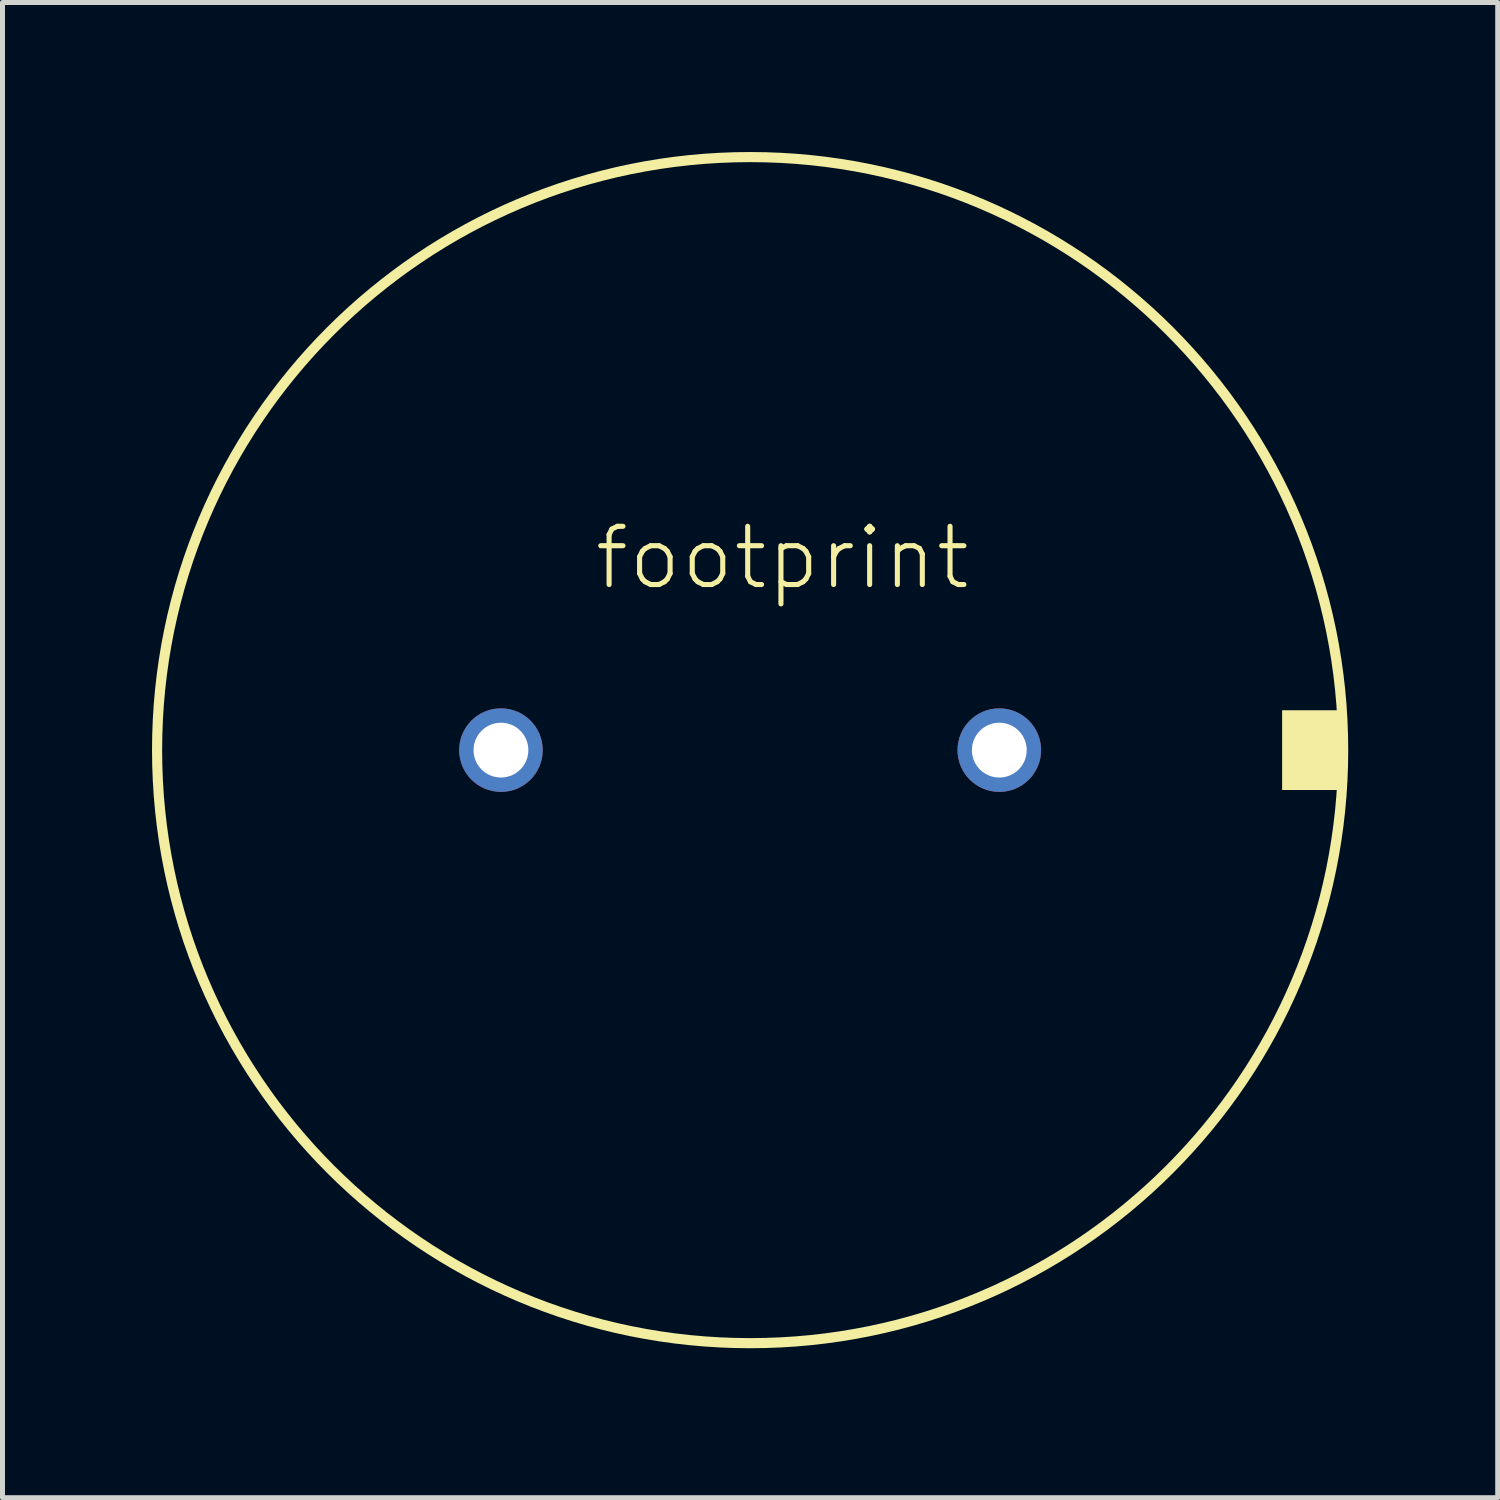
<source format=kicad_pcb>
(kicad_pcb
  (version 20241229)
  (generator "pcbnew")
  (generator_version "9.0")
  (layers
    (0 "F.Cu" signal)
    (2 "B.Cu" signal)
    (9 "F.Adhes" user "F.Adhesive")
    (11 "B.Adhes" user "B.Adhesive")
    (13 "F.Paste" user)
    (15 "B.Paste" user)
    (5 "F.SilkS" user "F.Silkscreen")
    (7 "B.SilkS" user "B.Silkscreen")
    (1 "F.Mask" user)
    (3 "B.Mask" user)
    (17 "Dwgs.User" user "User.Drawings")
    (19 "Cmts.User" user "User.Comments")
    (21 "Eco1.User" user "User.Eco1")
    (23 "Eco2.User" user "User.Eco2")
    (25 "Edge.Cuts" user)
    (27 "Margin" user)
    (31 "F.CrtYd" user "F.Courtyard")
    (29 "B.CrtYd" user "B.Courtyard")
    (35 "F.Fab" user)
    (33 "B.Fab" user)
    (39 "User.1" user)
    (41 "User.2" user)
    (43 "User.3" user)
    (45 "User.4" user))
  (footprint "footprint"
    (layer "F.Cu")
    (at 12.002 12.002)
    (property "Reference" "footprint" (at -3.175 -3.175 0) (layer "F.SilkS") (effects (font (size 1.168 1.168) (thickness 0.102)) (justify left bottom)))
    (fp_circle (center 0 0) (end 11.9 0) (stroke (width 0.203) (type solid)) (fill no) (layer "F.SilkS"))
    (fp_poly (pts (xy 10.675 0.8) (xy 11.85 0.8) (xy 11.85 -0.8) (xy 10.675 -0.8)) (stroke (width 0) (type solid)) (fill yes) (layer "F.SilkS"))
    (pad "1" thru_hole circle (at -5 0) (size 1.676 1.676) (drill 1.1) (layers "*.Cu" "*.Mask"))
    (pad "2" thru_hole circle (at 5 0) (size 1.676 1.676) (drill 1.1) (layers "*.Cu" "*.Mask")))
  (gr_rect
    (start -3 -3)
    (end 27.003 27.003)
    (stroke (width 0.1) (type default))
    (fill no)
    (layer "Edge.Cuts")))
</source>
